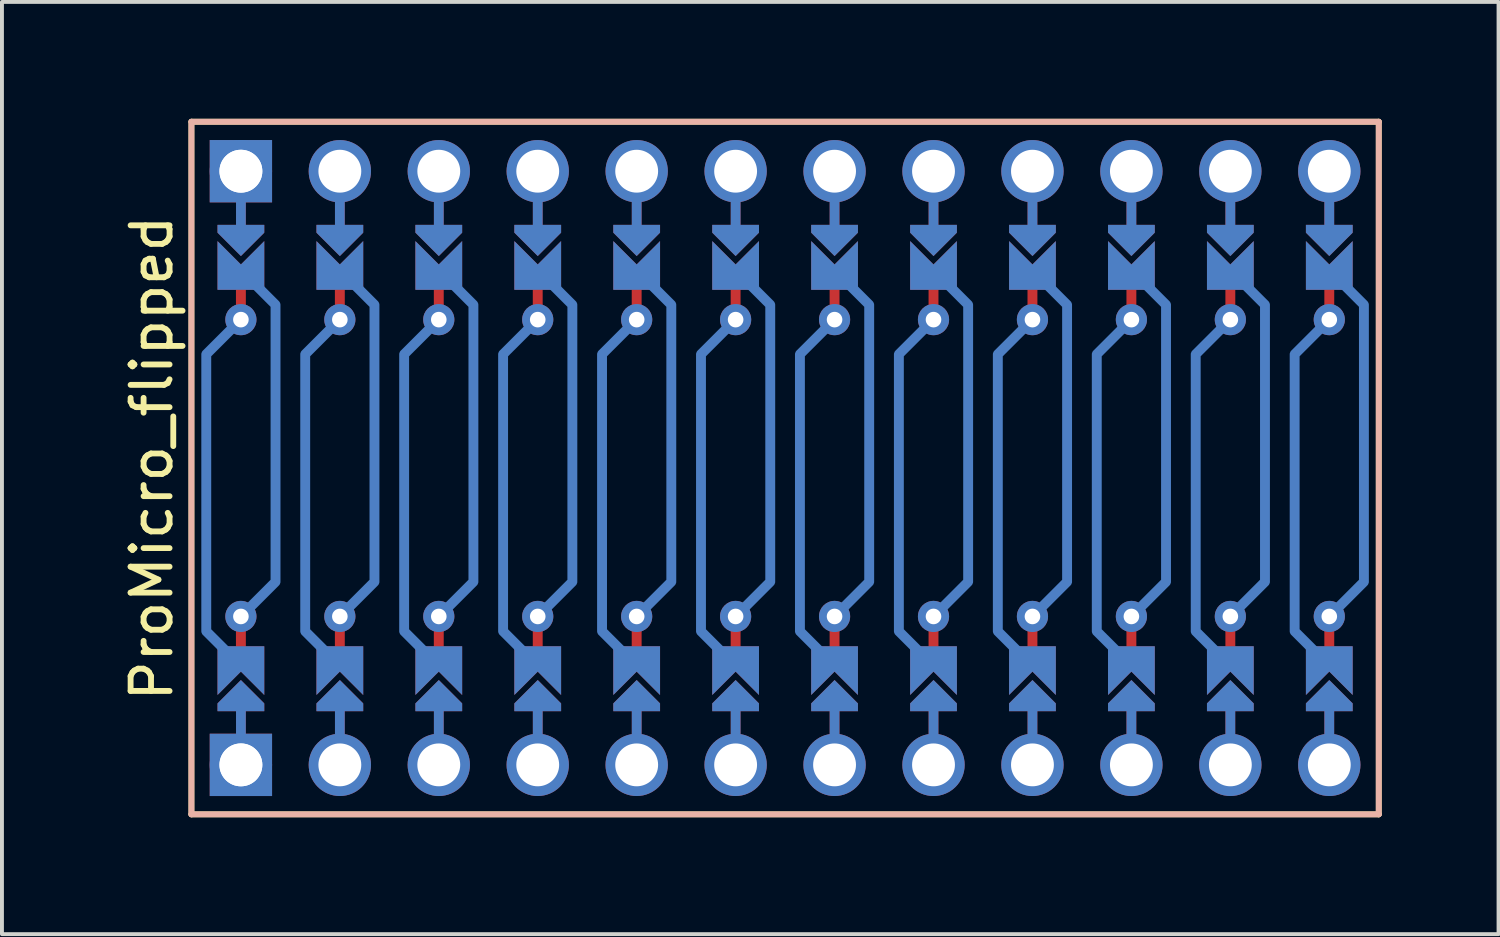
<source format=kicad_pcb>
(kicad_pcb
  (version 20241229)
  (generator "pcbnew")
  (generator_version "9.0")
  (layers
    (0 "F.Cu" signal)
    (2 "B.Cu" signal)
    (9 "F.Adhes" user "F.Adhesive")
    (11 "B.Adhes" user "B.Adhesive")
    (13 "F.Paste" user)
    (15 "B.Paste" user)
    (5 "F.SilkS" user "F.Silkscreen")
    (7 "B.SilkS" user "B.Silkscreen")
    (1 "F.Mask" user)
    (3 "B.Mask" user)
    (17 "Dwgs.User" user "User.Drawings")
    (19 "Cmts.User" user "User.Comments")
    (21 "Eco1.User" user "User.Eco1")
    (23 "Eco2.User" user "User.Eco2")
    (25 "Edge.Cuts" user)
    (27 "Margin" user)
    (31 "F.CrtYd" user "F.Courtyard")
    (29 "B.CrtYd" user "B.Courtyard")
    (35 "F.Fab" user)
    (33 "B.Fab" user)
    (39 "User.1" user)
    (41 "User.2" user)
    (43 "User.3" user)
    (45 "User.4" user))
  (footprint "ProMicro_flipped"
    (layer "F.Cu")
    (at 17.104 8.965)
    (property "Reference" "ProMicro_flipped" (at -16.256 -0.254 90) (layer "F.SilkS") (effects (font (size 1 1) (thickness 0.15))))
    (attr through_hole)
    (fp_circle (center -13.97 -3.81) (end -13.845 -3.81) (stroke (width 0.25) (type solid)) (fill no) (layer "F.Mask"))
    (fp_circle (center -13.97 3.81) (end -13.845 3.81) (stroke (width 0.25) (type solid)) (fill no) (layer "F.Mask"))
    (fp_circle (center -11.43 -3.81) (end -11.305 -3.81) (stroke (width 0.25) (type solid)) (fill no) (layer "F.Mask"))
    (fp_circle (center -11.43 3.81) (end -11.305 3.81) (stroke (width 0.25) (type solid)) (fill no) (layer "F.Mask"))
    (fp_circle (center -8.89 -3.81) (end -8.765 -3.81) (stroke (width 0.25) (type solid)) (fill no) (layer "F.Mask"))
    (fp_circle (center -8.89 3.81) (end -8.765 3.81) (stroke (width 0.25) (type solid)) (fill no) (layer "F.Mask"))
    (fp_circle (center -6.35 -3.81) (end -6.225 -3.81) (stroke (width 0.25) (type solid)) (fill no) (layer "F.Mask"))
    (fp_circle (center -6.35 3.81) (end -6.225 3.81) (stroke (width 0.25) (type solid)) (fill no) (layer "F.Mask"))
    (fp_circle (center -3.81 -3.81) (end -3.685 -3.81) (stroke (width 0.25) (type solid)) (fill no) (layer "F.Mask"))
    (fp_circle (center -3.81 3.81) (end -3.685 3.81) (stroke (width 0.25) (type solid)) (fill no) (layer "F.Mask"))
    (fp_circle (center -1.27 -3.81) (end -1.145 -3.81) (stroke (width 0.25) (type solid)) (fill no) (layer "F.Mask"))
    (fp_circle (center -1.27 3.81) (end -1.145 3.81) (stroke (width 0.25) (type solid)) (fill no) (layer "F.Mask"))
    (fp_circle (center 1.27 -3.81) (end 1.395 -3.81) (stroke (width 0.25) (type solid)) (fill no) (layer "F.Mask"))
    (fp_circle (center 1.27 3.81) (end 1.395 3.81) (stroke (width 0.25) (type solid)) (fill no) (layer "F.Mask"))
    (fp_circle (center 3.81 -3.81) (end 3.935 -3.81) (stroke (width 0.25) (type solid)) (fill no) (layer "F.Mask"))
    (fp_circle (center 3.81 3.81) (end 3.935 3.81) (stroke (width 0.25) (type solid)) (fill no) (layer "F.Mask"))
    (fp_circle (center 6.35 -3.81) (end 6.475 -3.81) (stroke (width 0.25) (type solid)) (fill no) (layer "F.Mask"))
    (fp_circle (center 6.35 3.81) (end 6.475 3.81) (stroke (width 0.25) (type solid)) (fill no) (layer "F.Mask"))
    (fp_circle (center 8.89 -3.81) (end 9.015 -3.81) (stroke (width 0.25) (type solid)) (fill no) (layer "F.Mask"))
    (fp_circle (center 8.89 3.81) (end 9.015 3.81) (stroke (width 0.25) (type solid)) (fill no) (layer "F.Mask"))
    (fp_circle (center 11.43 -3.81) (end 11.555 -3.81) (stroke (width 0.25) (type solid)) (fill no) (layer "F.Mask"))
    (fp_circle (center 11.43 3.81) (end 11.555 3.81) (stroke (width 0.25) (type solid)) (fill no) (layer "F.Mask"))
    (fp_circle (center 13.97 -3.81) (end 14.095 -3.81) (stroke (width 0.25) (type solid)) (fill no) (layer "F.Mask"))
    (fp_circle (center 13.97 3.81) (end 14.095 3.81) (stroke (width 0.25) (type solid)) (fill no) (layer "F.Mask"))
    (fp_poly (pts (xy -14.478 -5.08) (xy -13.462 -5.08) (xy -13.462 -6.096) (xy -14.478 -6.096)) (stroke (width 0.1) (type solid)) (fill yes) (layer "F.Mask"))
    (fp_poly (pts (xy -13.462 5.08) (xy -14.478 5.08) (xy -14.478 6.096) (xy -13.462 6.096)) (stroke (width 0.1) (type solid)) (fill yes) (layer "F.Mask"))
    (fp_poly (pts (xy -11.938 -5.08) (xy -10.922 -5.08) (xy -10.922 -6.096) (xy -11.938 -6.096)) (stroke (width 0.1) (type solid)) (fill yes) (layer "F.Mask"))
    (fp_poly (pts (xy -10.922 5.08) (xy -11.938 5.08) (xy -11.938 6.096) (xy -10.922 6.096)) (stroke (width 0.1) (type solid)) (fill yes) (layer "F.Mask"))
    (fp_poly (pts (xy -9.398 -5.08) (xy -8.382 -5.08) (xy -8.382 -6.096) (xy -9.398 -6.096)) (stroke (width 0.1) (type solid)) (fill yes) (layer "F.Mask"))
    (fp_poly (pts (xy -8.382 5.08) (xy -9.398 5.08) (xy -9.398 6.096) (xy -8.382 6.096)) (stroke (width 0.1) (type solid)) (fill yes) (layer "F.Mask"))
    (fp_poly (pts (xy -6.858 -5.08) (xy -5.842 -5.08) (xy -5.842 -6.096) (xy -6.858 -6.096)) (stroke (width 0.1) (type solid)) (fill yes) (layer "F.Mask"))
    (fp_poly (pts (xy -5.842 5.08) (xy -6.858 5.08) (xy -6.858 6.096) (xy -5.842 6.096)) (stroke (width 0.1) (type solid)) (fill yes) (layer "F.Mask"))
    (fp_poly (pts (xy -4.318 -5.08) (xy -3.302 -5.08) (xy -3.302 -6.096) (xy -4.318 -6.096)) (stroke (width 0.1) (type solid)) (fill yes) (layer "F.Mask"))
    (fp_poly (pts (xy -3.302 5.08) (xy -4.318 5.08) (xy -4.318 6.096) (xy -3.302 6.096)) (stroke (width 0.1) (type solid)) (fill yes) (layer "F.Mask"))
    (fp_poly (pts (xy -1.778 -5.08) (xy -0.762 -5.08) (xy -0.762 -6.096) (xy -1.778 -6.096)) (stroke (width 0.1) (type solid)) (fill yes) (layer "F.Mask"))
    (fp_poly (pts (xy -0.762 5.08) (xy -1.778 5.08) (xy -1.778 6.096) (xy -0.762 6.096)) (stroke (width 0.1) (type solid)) (fill yes) (layer "F.Mask"))
    (fp_poly (pts (xy 0.762 -5.08) (xy 1.778 -5.08) (xy 1.778 -6.096) (xy 0.762 -6.096)) (stroke (width 0.1) (type solid)) (fill yes) (layer "F.Mask"))
    (fp_poly (pts (xy 1.778 5.08) (xy 0.762 5.08) (xy 0.762 6.096) (xy 1.778 6.096)) (stroke (width 0.1) (type solid)) (fill yes) (layer "F.Mask"))
    (fp_poly (pts (xy 3.302 -5.08) (xy 4.318 -5.08) (xy 4.318 -6.096) (xy 3.302 -6.096)) (stroke (width 0.1) (type solid)) (fill yes) (layer "F.Mask"))
    (fp_poly (pts (xy 4.318 5.08) (xy 3.302 5.08) (xy 3.302 6.096) (xy 4.318 6.096)) (stroke (width 0.1) (type solid)) (fill yes) (layer "F.Mask"))
    (fp_poly (pts (xy 5.842 -5.08) (xy 6.858 -5.08) (xy 6.858 -6.096) (xy 5.842 -6.096)) (stroke (width 0.1) (type solid)) (fill yes) (layer "F.Mask"))
    (fp_poly (pts (xy 6.858 5.08) (xy 5.842 5.08) (xy 5.842 6.096) (xy 6.858 6.096)) (stroke (width 0.1) (type solid)) (fill yes) (layer "F.Mask"))
    (fp_poly (pts (xy 8.382 -5.08) (xy 9.398 -5.08) (xy 9.398 -6.096) (xy 8.382 -6.096)) (stroke (width 0.1) (type solid)) (fill yes) (layer "F.Mask"))
    (fp_poly (pts (xy 9.398 5.08) (xy 8.382 5.08) (xy 8.382 6.096) (xy 9.398 6.096)) (stroke (width 0.1) (type solid)) (fill yes) (layer "F.Mask"))
    (fp_poly (pts (xy 10.922 -5.08) (xy 11.938 -5.08) (xy 11.938 -6.096) (xy 10.922 -6.096)) (stroke (width 0.1) (type solid)) (fill yes) (layer "F.Mask"))
    (fp_poly (pts (xy 11.938 5.08) (xy 10.922 5.08) (xy 10.922 6.096) (xy 11.938 6.096)) (stroke (width 0.1) (type solid)) (fill yes) (layer "F.Mask"))
    (fp_poly (pts (xy 13.462 -5.08) (xy 14.478 -5.08) (xy 14.478 -6.096) (xy 13.462 -6.096)) (stroke (width 0.1) (type solid)) (fill yes) (layer "F.Mask"))
    (fp_poly (pts (xy 14.478 5.08) (xy 13.462 5.08) (xy 13.462 6.096) (xy 14.478 6.096)) (stroke (width 0.1) (type solid)) (fill yes) (layer "F.Mask"))
    (fp_circle (center -13.97 -3.81) (end -13.845 -3.81) (stroke (width 0.25) (type solid)) (fill no) (layer "B.Mask"))
    (fp_circle (center -13.97 3.81) (end -13.845 3.81) (stroke (width 0.25) (type solid)) (fill no) (layer "B.Mask"))
    (fp_circle (center -11.43 -3.81) (end -11.305 -3.81) (stroke (width 0.25) (type solid)) (fill no) (layer "B.Mask"))
    (fp_circle (center -11.43 3.81) (end -11.305 3.81) (stroke (width 0.25) (type solid)) (fill no) (layer "B.Mask"))
    (fp_circle (center -8.89 -3.81) (end -8.765 -3.81) (stroke (width 0.25) (type solid)) (fill no) (layer "B.Mask"))
    (fp_circle (center -8.89 3.81) (end -8.765 3.81) (stroke (width 0.25) (type solid)) (fill no) (layer "B.Mask"))
    (fp_circle (center -6.35 -3.81) (end -6.225 -3.81) (stroke (width 0.25) (type solid)) (fill no) (layer "B.Mask"))
    (fp_circle (center -6.35 3.81) (end -6.225 3.81) (stroke (width 0.25) (type solid)) (fill no) (layer "B.Mask"))
    (fp_circle (center -3.81 -3.81) (end -3.685 -3.81) (stroke (width 0.25) (type solid)) (fill no) (layer "B.Mask"))
    (fp_circle (center -3.81 3.81) (end -3.685 3.81) (stroke (width 0.25) (type solid)) (fill no) (layer "B.Mask"))
    (fp_circle (center -1.27 -3.81) (end -1.145 -3.81) (stroke (width 0.25) (type solid)) (fill no) (layer "B.Mask"))
    (fp_circle (center -1.27 3.81) (end -1.145 3.81) (stroke (width 0.25) (type solid)) (fill no) (layer "B.Mask"))
    (fp_circle (center 1.27 -3.81) (end 1.395 -3.81) (stroke (width 0.25) (type solid)) (fill no) (layer "B.Mask"))
    (fp_circle (center 1.27 3.81) (end 1.395 3.81) (stroke (width 0.25) (type solid)) (fill no) (layer "B.Mask"))
    (fp_circle (center 3.81 -3.81) (end 3.935 -3.81) (stroke (width 0.25) (type solid)) (fill no) (layer "B.Mask"))
    (fp_circle (center 3.81 3.81) (end 3.935 3.81) (stroke (width 0.25) (type solid)) (fill no) (layer "B.Mask"))
    (fp_circle (center 6.35 -3.81) (end 6.475 -3.81) (stroke (width 0.25) (type solid)) (fill no) (layer "B.Mask"))
    (fp_circle (center 6.35 3.81) (end 6.475 3.81) (stroke (width 0.25) (type solid)) (fill no) (layer "B.Mask"))
    (fp_circle (center 8.89 -3.81) (end 9.015 -3.81) (stroke (width 0.25) (type solid)) (fill no) (layer "B.Mask"))
    (fp_circle (center 8.89 3.81) (end 9.015 3.81) (stroke (width 0.25) (type solid)) (fill no) (layer "B.Mask"))
    (fp_circle (center 11.43 -3.81) (end 11.555 -3.81) (stroke (width 0.25) (type solid)) (fill no) (layer "B.Mask"))
    (fp_circle (center 11.43 3.81) (end 11.555 3.81) (stroke (width 0.25) (type solid)) (fill no) (layer "B.Mask"))
    (fp_circle (center 13.97 -3.81) (end 14.095 -3.81) (stroke (width 0.25) (type solid)) (fill no) (layer "B.Mask"))
    (fp_circle (center 13.97 3.81) (end 14.095 3.81) (stroke (width 0.25) (type solid)) (fill no) (layer "B.Mask"))
    (fp_poly (pts (xy -14.478 -5.08) (xy -13.462 -5.08) (xy -13.462 -6.096) (xy -14.478 -6.096)) (stroke (width 0.1) (type solid)) (fill yes) (layer "B.Mask"))
    (fp_poly (pts (xy -13.462 5.08) (xy -14.478 5.08) (xy -14.478 6.096) (xy -13.462 6.096)) (stroke (width 0.1) (type solid)) (fill yes) (layer "B.Mask"))
    (fp_poly (pts (xy -11.938 -5.08) (xy -10.922 -5.08) (xy -10.922 -6.096) (xy -11.938 -6.096)) (stroke (width 0.1) (type solid)) (fill yes) (layer "B.Mask"))
    (fp_poly (pts (xy -10.922 5.08) (xy -11.938 5.08) (xy -11.938 6.096) (xy -10.922 6.096)) (stroke (width 0.1) (type solid)) (fill yes) (layer "B.Mask"))
    (fp_poly (pts (xy -9.398 -5.08) (xy -8.382 -5.08) (xy -8.382 -6.096) (xy -9.398 -6.096)) (stroke (width 0.1) (type solid)) (fill yes) (layer "B.Mask"))
    (fp_poly (pts (xy -8.382 5.08) (xy -9.398 5.08) (xy -9.398 6.096) (xy -8.382 6.096)) (stroke (width 0.1) (type solid)) (fill yes) (layer "B.Mask"))
    (fp_poly (pts (xy -6.858 -5.08) (xy -5.842 -5.08) (xy -5.842 -6.096) (xy -6.858 -6.096)) (stroke (width 0.1) (type solid)) (fill yes) (layer "B.Mask"))
    (fp_poly (pts (xy -5.842 5.08) (xy -6.858 5.08) (xy -6.858 6.096) (xy -5.842 6.096)) (stroke (width 0.1) (type solid)) (fill yes) (layer "B.Mask"))
    (fp_poly (pts (xy -4.318 -5.08) (xy -3.302 -5.08) (xy -3.302 -6.096) (xy -4.318 -6.096)) (stroke (width 0.1) (type solid)) (fill yes) (layer "B.Mask"))
    (fp_poly (pts (xy -3.302 5.08) (xy -4.318 5.08) (xy -4.318 6.096) (xy -3.302 6.096)) (stroke (width 0.1) (type solid)) (fill yes) (layer "B.Mask"))
    (fp_poly (pts (xy -1.778 -5.08) (xy -0.762 -5.08) (xy -0.762 -6.096) (xy -1.778 -6.096)) (stroke (width 0.1) (type solid)) (fill yes) (layer "B.Mask"))
    (fp_poly (pts (xy -0.762 5.08) (xy -1.778 5.08) (xy -1.778 6.096) (xy -0.762 6.096)) (stroke (width 0.1) (type solid)) (fill yes) (layer "B.Mask"))
    (fp_poly (pts (xy 0.762 -5.08) (xy 1.778 -5.08) (xy 1.778 -6.096) (xy 0.762 -6.096)) (stroke (width 0.1) (type solid)) (fill yes) (layer "B.Mask"))
    (fp_poly (pts (xy 1.778 5.08) (xy 0.762 5.08) (xy 0.762 6.096) (xy 1.778 6.096)) (stroke (width 0.1) (type solid)) (fill yes) (layer "B.Mask"))
    (fp_poly (pts (xy 3.302 -5.08) (xy 4.318 -5.08) (xy 4.318 -6.096) (xy 3.302 -6.096)) (stroke (width 0.1) (type solid)) (fill yes) (layer "B.Mask"))
    (fp_poly (pts (xy 4.318 5.08) (xy 3.302 5.08) (xy 3.302 6.096) (xy 4.318 6.096)) (stroke (width 0.1) (type solid)) (fill yes) (layer "B.Mask"))
    (fp_poly (pts (xy 5.842 -5.08) (xy 6.858 -5.08) (xy 6.858 -6.096) (xy 5.842 -6.096)) (stroke (width 0.1) (type solid)) (fill yes) (layer "B.Mask"))
    (fp_poly (pts (xy 6.858 5.08) (xy 5.842 5.08) (xy 5.842 6.096) (xy 6.858 6.096)) (stroke (width 0.1) (type solid)) (fill yes) (layer "B.Mask"))
    (fp_poly (pts (xy 8.382 -5.08) (xy 9.398 -5.08) (xy 9.398 -6.096) (xy 8.382 -6.096)) (stroke (width 0.1) (type solid)) (fill yes) (layer "B.Mask"))
    (fp_poly (pts (xy 9.398 5.08) (xy 8.382 5.08) (xy 8.382 6.096) (xy 9.398 6.096)) (stroke (width 0.1) (type solid)) (fill yes) (layer "B.Mask"))
    (fp_poly (pts (xy 10.922 -5.08) (xy 11.938 -5.08) (xy 11.938 -6.096) (xy 10.922 -6.096)) (stroke (width 0.1) (type solid)) (fill yes) (layer "B.Mask"))
    (fp_poly (pts (xy 11.938 5.08) (xy 10.922 5.08) (xy 10.922 6.096) (xy 11.938 6.096)) (stroke (width 0.1) (type solid)) (fill yes) (layer "B.Mask"))
    (fp_poly (pts (xy 13.462 -5.08) (xy 14.478 -5.08) (xy 14.478 -6.096) (xy 13.462 -6.096)) (stroke (width 0.1) (type solid)) (fill yes) (layer "B.Mask"))
    (fp_poly (pts (xy 14.478 5.08) (xy 13.462 5.08) (xy 13.462 6.096) (xy 14.478 6.096)) (stroke (width 0.1) (type solid)) (fill yes) (layer "B.Mask"))
    (fp_line (start -15.24 -8.89) (end 15.24 -8.89) (stroke (width 0.15) (type solid)) (layer "F.SilkS"))
    (fp_line (start -15.24 8.89) (end -15.24 -8.89) (stroke (width 0.15) (type solid)) (layer "F.SilkS"))
    (fp_line (start -15.24 8.89) (end 15.24 8.89) (stroke (width 0.15) (type solid)) (layer "F.SilkS"))
    (fp_line (start 15.24 -8.89) (end 15.24 8.89) (stroke (width 0.15) (type solid)) (layer "F.SilkS"))
    (fp_line (start -15.24 -8.89) (end 15.24 -8.89) (stroke (width 0.15) (type solid)) (layer "B.SilkS"))
    (fp_line (start -15.24 8.89) (end -15.24 -8.89) (stroke (width 0.15) (type solid)) (layer "B.SilkS"))
    (fp_line (start -15.24 8.89) (end 15.24 8.89) (stroke (width 0.15) (type solid)) (layer "B.SilkS"))
    (fp_line (start 15.24 -8.89) (end 15.24 8.89) (stroke (width 0.15) (type solid)) (layer "B.SilkS"))
    (pad "" thru_hole circle (at -13.97 -7.62) (size 1.6 1.6) (drill 1.1) (layers "*.Cu" "*.Mask"))
    (pad "" thru_hole rect (at -13.97 -7.62) (size 1.6 1.6) (drill 1.1) (layers "F.Cu" "F.Mask"))
    (pad "" smd custom (at -13.97 -6.35 180) (size 0.25 1) (layers "F.Cu") (options (anchor rect)) (primitives))
    (pad "" smd custom (at -13.97 -6.35 180) (size 0.25 1) (layers "B.Cu") (options (anchor rect)) (primitives))
    (pad "" smd custom (at -13.97 -5.842 180) (size 0.1 0.1) (layers "F.Cu" "F.Mask") (options (anchor rect)) (primitives (gr_poly (pts (xy 0.6 0.4) (xy -0.6 0.4) (xy -0.6 0.2) (xy 0 -0.4) (xy 0.6 0.2)) (width 0) (fill yes))))
    (pad "" smd custom (at -13.97 -5.842 180) (size 0.1 0.1) (layers "B.Cu" "B.Mask") (options (anchor rect)) (primitives (gr_poly (pts (xy 0.6 0.4) (xy -0.6 0.4) (xy -0.6 0.2) (xy 0 -0.4) (xy 0.6 0.2)) (width 0) (fill yes))))
    (pad "" smd custom (at -13.97 5.842) (size 0.1 0.1) (layers "F.Cu" "F.Mask") (options (anchor rect)) (primitives (gr_poly (pts (xy 0.6 0.4) (xy -0.6 0.4) (xy -0.6 0.2) (xy 0 -0.4) (xy 0.6 0.2)) (width 0) (fill yes))))
    (pad "" smd custom (at -13.97 5.842) (size 0.1 0.1) (layers "B.Cu" "B.Mask") (options (anchor rect)) (primitives (gr_poly (pts (xy 0.6 0.4) (xy -0.6 0.4) (xy -0.6 0.2) (xy 0 -0.4) (xy 0.6 0.2)) (width 0) (fill yes))))
    (pad "" smd custom (at -13.97 6.35) (size 0.25 1) (layers "F.Cu") (options (anchor rect)) (primitives))
    (pad "" smd custom (at -13.97 6.35) (size 0.25 1) (layers "B.Cu") (options (anchor rect)) (primitives))
    (pad "" thru_hole circle (at -13.97 7.62) (size 1.6 1.6) (drill 1.1) (layers "*.Cu" "*.Mask"))
    (pad "" thru_hole rect (at -13.97 7.62) (size 1.6 1.6) (drill 1.1) (layers "B.Cu" "B.Mask"))
    (pad "" thru_hole circle (at -11.43 -7.62) (size 1.6 1.6) (drill 1.1) (layers "*.Cu" "*.Mask"))
    (pad "" smd custom (at -11.43 -6.35 180) (size 0.25 1) (layers "F.Cu") (options (anchor rect)) (primitives))
    (pad "" smd custom (at -11.43 -6.35 180) (size 0.25 1) (layers "B.Cu") (options (anchor rect)) (primitives))
    (pad "" smd custom (at -11.43 -5.842 180) (size 0.1 0.1) (layers "F.Cu" "F.Mask") (options (anchor rect)) (primitives (gr_poly (pts (xy 0.6 0.4) (xy -0.6 0.4) (xy -0.6 0.2) (xy 0 -0.4) (xy 0.6 0.2)) (width 0) (fill yes))))
    (pad "" smd custom (at -11.43 -5.842 180) (size 0.1 0.1) (layers "B.Cu" "B.Mask") (options (anchor rect)) (primitives (gr_poly (pts (xy 0.6 0.4) (xy -0.6 0.4) (xy -0.6 0.2) (xy 0 -0.4) (xy 0.6 0.2)) (width 0) (fill yes))))
    (pad "" smd custom (at -11.43 5.842) (size 0.1 0.1) (layers "F.Cu" "F.Mask") (options (anchor rect)) (primitives (gr_poly (pts (xy 0.6 0.4) (xy -0.6 0.4) (xy -0.6 0.2) (xy 0 -0.4) (xy 0.6 0.2)) (width 0) (fill yes))))
    (pad "" smd custom (at -11.43 5.842) (size 0.1 0.1) (layers "B.Cu" "B.Mask") (options (anchor rect)) (primitives (gr_poly (pts (xy 0.6 0.4) (xy -0.6 0.4) (xy -0.6 0.2) (xy 0 -0.4) (xy 0.6 0.2)) (width 0) (fill yes))))
    (pad "" smd custom (at -11.43 6.35) (size 0.25 1) (layers "F.Cu") (options (anchor rect)) (primitives))
    (pad "" smd custom (at -11.43 6.35) (size 0.25 1) (layers "B.Cu") (options (anchor rect)) (primitives))
    (pad "" thru_hole circle (at -11.43 7.62) (size 1.6 1.6) (drill 1.1) (layers "*.Cu" "*.Mask"))
    (pad "" thru_hole circle (at -8.89 -7.62) (size 1.6 1.6) (drill 1.1) (layers "*.Cu" "*.Mask"))
    (pad "" smd custom (at -8.89 -6.35 180) (size 0.25 1) (layers "F.Cu") (options (anchor rect)) (primitives))
    (pad "" smd custom (at -8.89 -6.35 180) (size 0.25 1) (layers "B.Cu") (options (anchor rect)) (primitives))
    (pad "" smd custom (at -8.89 -5.842 180) (size 0.1 0.1) (layers "F.Cu" "F.Mask") (options (anchor rect)) (primitives (gr_poly (pts (xy 0.6 0.4) (xy -0.6 0.4) (xy -0.6 0.2) (xy 0 -0.4) (xy 0.6 0.2)) (width 0) (fill yes))))
    (pad "" smd custom (at -8.89 -5.842 180) (size 0.1 0.1) (layers "B.Cu" "B.Mask") (options (anchor rect)) (primitives (gr_poly (pts (xy 0.6 0.4) (xy -0.6 0.4) (xy -0.6 0.2) (xy 0 -0.4) (xy 0.6 0.2)) (width 0) (fill yes))))
    (pad "" smd custom (at -8.89 5.842) (size 0.1 0.1) (layers "F.Cu" "F.Mask") (options (anchor rect)) (primitives (gr_poly (pts (xy 0.6 0.4) (xy -0.6 0.4) (xy -0.6 0.2) (xy 0 -0.4) (xy 0.6 0.2)) (width 0) (fill yes))))
    (pad "" smd custom (at -8.89 5.842) (size 0.1 0.1) (layers "B.Cu" "B.Mask") (options (anchor rect)) (primitives (gr_poly (pts (xy 0.6 0.4) (xy -0.6 0.4) (xy -0.6 0.2) (xy 0 -0.4) (xy 0.6 0.2)) (width 0) (fill yes))))
    (pad "" smd custom (at -8.89 6.35) (size 0.25 1) (layers "F.Cu") (options (anchor rect)) (primitives))
    (pad "" smd custom (at -8.89 6.35) (size 0.25 1) (layers "B.Cu") (options (anchor rect)) (primitives))
    (pad "" thru_hole circle (at -8.89 7.62) (size 1.6 1.6) (drill 1.1) (layers "*.Cu" "*.Mask"))
    (pad "" thru_hole circle (at -6.35 -7.62) (size 1.6 1.6) (drill 1.1) (layers "*.Cu" "*.Mask"))
    (pad "" smd custom (at -6.35 -6.35 180) (size 0.25 1) (layers "F.Cu") (options (anchor rect)) (primitives))
    (pad "" smd custom (at -6.35 -6.35 180) (size 0.25 1) (layers "B.Cu") (options (anchor rect)) (primitives))
    (pad "" smd custom (at -6.35 -5.842 180) (size 0.1 0.1) (layers "F.Cu" "F.Mask") (options (anchor rect)) (primitives (gr_poly (pts (xy 0.6 0.4) (xy -0.6 0.4) (xy -0.6 0.2) (xy 0 -0.4) (xy 0.6 0.2)) (width 0) (fill yes))))
    (pad "" smd custom (at -6.35 -5.842 180) (size 0.1 0.1) (layers "B.Cu" "B.Mask") (options (anchor rect)) (primitives (gr_poly (pts (xy 0.6 0.4) (xy -0.6 0.4) (xy -0.6 0.2) (xy 0 -0.4) (xy 0.6 0.2)) (width 0) (fill yes))))
    (pad "" smd custom (at -6.35 5.842) (size 0.1 0.1) (layers "F.Cu" "F.Mask") (options (anchor rect)) (primitives (gr_poly (pts (xy 0.6 0.4) (xy -0.6 0.4) (xy -0.6 0.2) (xy 0 -0.4) (xy 0.6 0.2)) (width 0) (fill yes))))
    (pad "" smd custom (at -6.35 5.842) (size 0.1 0.1) (layers "B.Cu" "B.Mask") (options (anchor rect)) (primitives (gr_poly (pts (xy 0.6 0.4) (xy -0.6 0.4) (xy -0.6 0.2) (xy 0 -0.4) (xy 0.6 0.2)) (width 0) (fill yes))))
    (pad "" smd custom (at -6.35 6.35) (size 0.25 1) (layers "F.Cu") (options (anchor rect)) (primitives))
    (pad "" smd custom (at -6.35 6.35) (size 0.25 1) (layers "B.Cu") (options (anchor rect)) (primitives))
    (pad "" thru_hole circle (at -6.35 7.62) (size 1.6 1.6) (drill 1.1) (layers "*.Cu" "*.Mask"))
    (pad "" thru_hole circle (at -3.81 -7.62) (size 1.6 1.6) (drill 1.1) (layers "*.Cu" "*.Mask"))
    (pad "" smd custom (at -3.81 -6.35 180) (size 0.25 1) (layers "F.Cu") (options (anchor rect)) (primitives))
    (pad "" smd custom (at -3.81 -6.35 180) (size 0.25 1) (layers "B.Cu") (options (anchor rect)) (primitives))
    (pad "" smd custom (at -3.81 -5.842 180) (size 0.1 0.1) (layers "F.Cu" "F.Mask") (options (anchor rect)) (primitives (gr_poly (pts (xy 0.6 0.4) (xy -0.6 0.4) (xy -0.6 0.2) (xy 0 -0.4) (xy 0.6 0.2)) (width 0) (fill yes))))
    (pad "" smd custom (at -3.81 -5.842 180) (size 0.1 0.1) (layers "B.Cu" "B.Mask") (options (anchor rect)) (primitives (gr_poly (pts (xy 0.6 0.4) (xy -0.6 0.4) (xy -0.6 0.2) (xy 0 -0.4) (xy 0.6 0.2)) (width 0) (fill yes))))
    (pad "" smd custom (at -3.81 5.842) (size 0.1 0.1) (layers "F.Cu" "F.Mask") (options (anchor rect)) (primitives (gr_poly (pts (xy 0.6 0.4) (xy -0.6 0.4) (xy -0.6 0.2) (xy 0 -0.4) (xy 0.6 0.2)) (width 0) (fill yes))))
    (pad "" smd custom (at -3.81 5.842) (size 0.1 0.1) (layers "B.Cu" "B.Mask") (options (anchor rect)) (primitives (gr_poly (pts (xy 0.6 0.4) (xy -0.6 0.4) (xy -0.6 0.2) (xy 0 -0.4) (xy 0.6 0.2)) (width 0) (fill yes))))
    (pad "" smd custom (at -3.81 6.35) (size 0.25 1) (layers "F.Cu") (options (anchor rect)) (primitives))
    (pad "" smd custom (at -3.81 6.35) (size 0.25 1) (layers "B.Cu") (options (anchor rect)) (primitives))
    (pad "" thru_hole circle (at -3.81 7.62) (size 1.6 1.6) (drill 1.1) (layers "*.Cu" "*.Mask"))
    (pad "" thru_hole circle (at -1.27 -7.62) (size 1.6 1.6) (drill 1.1) (layers "*.Cu" "*.Mask"))
    (pad "" smd custom (at -1.27 -6.35 180) (size 0.25 1) (layers "F.Cu") (options (anchor rect)) (primitives))
    (pad "" smd custom (at -1.27 -6.35 180) (size 0.25 1) (layers "B.Cu") (options (anchor rect)) (primitives))
    (pad "" smd custom (at -1.27 -5.842 180) (size 0.1 0.1) (layers "F.Cu" "F.Mask") (options (anchor rect)) (primitives (gr_poly (pts (xy 0.6 0.4) (xy -0.6 0.4) (xy -0.6 0.2) (xy 0 -0.4) (xy 0.6 0.2)) (width 0) (fill yes))))
    (pad "" smd custom (at -1.27 -5.842 180) (size 0.1 0.1) (layers "B.Cu" "B.Mask") (options (anchor rect)) (primitives (gr_poly (pts (xy 0.6 0.4) (xy -0.6 0.4) (xy -0.6 0.2) (xy 0 -0.4) (xy 0.6 0.2)) (width 0) (fill yes))))
    (pad "" smd custom (at -1.27 5.842) (size 0.1 0.1) (layers "F.Cu" "F.Mask") (options (anchor rect)) (primitives (gr_poly (pts (xy 0.6 0.4) (xy -0.6 0.4) (xy -0.6 0.2) (xy 0 -0.4) (xy 0.6 0.2)) (width 0) (fill yes))))
    (pad "" smd custom (at -1.27 5.842) (size 0.1 0.1) (layers "B.Cu" "B.Mask") (options (anchor rect)) (primitives (gr_poly (pts (xy 0.6 0.4) (xy -0.6 0.4) (xy -0.6 0.2) (xy 0 -0.4) (xy 0.6 0.2)) (width 0) (fill yes))))
    (pad "" smd custom (at -1.27 6.35) (size 0.25 1) (layers "F.Cu") (options (anchor rect)) (primitives))
    (pad "" smd custom (at -1.27 6.35) (size 0.25 1) (layers "B.Cu") (options (anchor rect)) (primitives))
    (pad "" thru_hole circle (at -1.27 7.62) (size 1.6 1.6) (drill 1.1) (layers "*.Cu" "*.Mask"))
    (pad "" thru_hole circle (at 1.27 -7.62) (size 1.6 1.6) (drill 1.1) (layers "*.Cu" "*.Mask"))
    (pad "" smd custom (at 1.27 -6.35 180) (size 0.25 1) (layers "F.Cu") (options (anchor rect)) (primitives))
    (pad "" smd custom (at 1.27 -6.35 180) (size 0.25 1) (layers "B.Cu") (options (anchor rect)) (primitives))
    (pad "" smd custom (at 1.27 -5.842 180) (size 0.1 0.1) (layers "F.Cu" "F.Mask") (options (anchor rect)) (primitives (gr_poly (pts (xy 0.6 0.4) (xy -0.6 0.4) (xy -0.6 0.2) (xy 0 -0.4) (xy 0.6 0.2)) (width 0) (fill yes))))
    (pad "" smd custom (at 1.27 -5.842 180) (size 0.1 0.1) (layers "B.Cu" "B.Mask") (options (anchor rect)) (primitives (gr_poly (pts (xy 0.6 0.4) (xy -0.6 0.4) (xy -0.6 0.2) (xy 0 -0.4) (xy 0.6 0.2)) (width 0) (fill yes))))
    (pad "" smd custom (at 1.27 5.842) (size 0.1 0.1) (layers "F.Cu" "F.Mask") (options (anchor rect)) (primitives (gr_poly (pts (xy 0.6 0.4) (xy -0.6 0.4) (xy -0.6 0.2) (xy 0 -0.4) (xy 0.6 0.2)) (width 0) (fill yes))))
    (pad "" smd custom (at 1.27 5.842) (size 0.1 0.1) (layers "B.Cu" "B.Mask") (options (anchor rect)) (primitives (gr_poly (pts (xy 0.6 0.4) (xy -0.6 0.4) (xy -0.6 0.2) (xy 0 -0.4) (xy 0.6 0.2)) (width 0) (fill yes))))
    (pad "" smd custom (at 1.27 6.35) (size 0.25 1) (layers "F.Cu") (options (anchor rect)) (primitives))
    (pad "" smd custom (at 1.27 6.35) (size 0.25 1) (layers "B.Cu") (options (anchor rect)) (primitives))
    (pad "" thru_hole circle (at 1.27 7.62) (size 1.6 1.6) (drill 1.1) (layers "*.Cu" "*.Mask"))
    (pad "" thru_hole circle (at 3.81 -7.62) (size 1.6 1.6) (drill 1.1) (layers "*.Cu" "*.Mask"))
    (pad "" smd custom (at 3.81 -6.35 180) (size 0.25 1) (layers "F.Cu") (options (anchor rect)) (primitives))
    (pad "" smd custom (at 3.81 -6.35 180) (size 0.25 1) (layers "B.Cu") (options (anchor rect)) (primitives))
    (pad "" smd custom (at 3.81 -5.842 180) (size 0.1 0.1) (layers "F.Cu" "F.Mask") (options (anchor rect)) (primitives (gr_poly (pts (xy 0.6 0.4) (xy -0.6 0.4) (xy -0.6 0.2) (xy 0 -0.4) (xy 0.6 0.2)) (width 0) (fill yes))))
    (pad "" smd custom (at 3.81 -5.842 180) (size 0.1 0.1) (layers "B.Cu" "B.Mask") (options (anchor rect)) (primitives (gr_poly (pts (xy 0.6 0.4) (xy -0.6 0.4) (xy -0.6 0.2) (xy 0 -0.4) (xy 0.6 0.2)) (width 0) (fill yes))))
    (pad "" smd custom (at 3.81 5.842) (size 0.1 0.1) (layers "F.Cu" "F.Mask") (options (anchor rect)) (primitives (gr_poly (pts (xy 0.6 0.4) (xy -0.6 0.4) (xy -0.6 0.2) (xy 0 -0.4) (xy 0.6 0.2)) (width 0) (fill yes))))
    (pad "" smd custom (at 3.81 5.842) (size 0.1 0.1) (layers "B.Cu" "B.Mask") (options (anchor rect)) (primitives (gr_poly (pts (xy 0.6 0.4) (xy -0.6 0.4) (xy -0.6 0.2) (xy 0 -0.4) (xy 0.6 0.2)) (width 0) (fill yes))))
    (pad "" smd custom (at 3.81 6.35) (size 0.25 1) (layers "F.Cu") (options (anchor rect)) (primitives))
    (pad "" smd custom (at 3.81 6.35) (size 0.25 1) (layers "B.Cu") (options (anchor rect)) (primitives))
    (pad "" thru_hole circle (at 3.81 7.62) (size 1.6 1.6) (drill 1.1) (layers "*.Cu" "*.Mask"))
    (pad "" thru_hole circle (at 6.35 -7.62) (size 1.6 1.6) (drill 1.1) (layers "*.Cu" "*.Mask"))
    (pad "" smd custom (at 6.35 -6.35 180) (size 0.25 1) (layers "F.Cu") (options (anchor rect)) (primitives))
    (pad "" smd custom (at 6.35 -6.35 180) (size 0.25 1) (layers "B.Cu") (options (anchor rect)) (primitives))
    (pad "" smd custom (at 6.35 -5.842 180) (size 0.1 0.1) (layers "F.Cu" "F.Mask") (options (anchor rect)) (primitives (gr_poly (pts (xy 0.6 0.4) (xy -0.6 0.4) (xy -0.6 0.2) (xy 0 -0.4) (xy 0.6 0.2)) (width 0) (fill yes))))
    (pad "" smd custom (at 6.35 -5.842 180) (size 0.1 0.1) (layers "B.Cu" "B.Mask") (options (anchor rect)) (primitives (gr_poly (pts (xy 0.6 0.4) (xy -0.6 0.4) (xy -0.6 0.2) (xy 0 -0.4) (xy 0.6 0.2)) (width 0) (fill yes))))
    (pad "" smd custom (at 6.35 5.842) (size 0.1 0.1) (layers "F.Cu" "F.Mask") (options (anchor rect)) (primitives (gr_poly (pts (xy 0.6 0.4) (xy -0.6 0.4) (xy -0.6 0.2) (xy 0 -0.4) (xy 0.6 0.2)) (width 0) (fill yes))))
    (pad "" smd custom (at 6.35 5.842) (size 0.1 0.1) (layers "B.Cu" "B.Mask") (options (anchor rect)) (primitives (gr_poly (pts (xy 0.6 0.4) (xy -0.6 0.4) (xy -0.6 0.2) (xy 0 -0.4) (xy 0.6 0.2)) (width 0) (fill yes))))
    (pad "" smd custom (at 6.35 6.35) (size 0.25 1) (layers "F.Cu") (options (anchor rect)) (primitives))
    (pad "" smd custom (at 6.35 6.35) (size 0.25 1) (layers "B.Cu") (options (anchor rect)) (primitives))
    (pad "" thru_hole circle (at 6.35 7.62) (size 1.6 1.6) (drill 1.1) (layers "*.Cu" "*.Mask"))
    (pad "" thru_hole circle (at 8.89 -7.62) (size 1.6 1.6) (drill 1.1) (layers "*.Cu" "*.Mask"))
    (pad "" smd custom (at 8.89 -6.35 180) (size 0.25 1) (layers "F.Cu") (options (anchor rect)) (primitives))
    (pad "" smd custom (at 8.89 -6.35 180) (size 0.25 1) (layers "B.Cu") (options (anchor rect)) (primitives))
    (pad "" smd custom (at 8.89 -5.842 180) (size 0.1 0.1) (layers "F.Cu" "F.Mask") (options (anchor rect)) (primitives (gr_poly (pts (xy 0.6 0.4) (xy -0.6 0.4) (xy -0.6 0.2) (xy 0 -0.4) (xy 0.6 0.2)) (width 0) (fill yes))))
    (pad "" smd custom (at 8.89 -5.842 180) (size 0.1 0.1) (layers "B.Cu" "B.Mask") (options (anchor rect)) (primitives (gr_poly (pts (xy 0.6 0.4) (xy -0.6 0.4) (xy -0.6 0.2) (xy 0 -0.4) (xy 0.6 0.2)) (width 0) (fill yes))))
    (pad "" smd custom (at 8.89 5.842) (size 0.1 0.1) (layers "F.Cu" "F.Mask") (options (anchor rect)) (primitives (gr_poly (pts (xy 0.6 0.4) (xy -0.6 0.4) (xy -0.6 0.2) (xy 0 -0.4) (xy 0.6 0.2)) (width 0) (fill yes))))
    (pad "" smd custom (at 8.89 5.842) (size 0.1 0.1) (layers "B.Cu" "B.Mask") (options (anchor rect)) (primitives (gr_poly (pts (xy 0.6 0.4) (xy -0.6 0.4) (xy -0.6 0.2) (xy 0 -0.4) (xy 0.6 0.2)) (width 0) (fill yes))))
    (pad "" smd custom (at 8.89 6.35) (size 0.25 1) (layers "F.Cu") (options (anchor rect)) (primitives))
    (pad "" smd custom (at 8.89 6.35) (size 0.25 1) (layers "B.Cu") (options (anchor rect)) (primitives))
    (pad "" thru_hole circle (at 8.89 7.62) (size 1.6 1.6) (drill 1.1) (layers "*.Cu" "*.Mask"))
    (pad "" thru_hole circle (at 11.43 -7.62) (size 1.6 1.6) (drill 1.1) (layers "*.Cu" "*.Mask"))
    (pad "" smd custom (at 11.43 -6.35 180) (size 0.25 1) (layers "F.Cu") (options (anchor rect)) (primitives))
    (pad "" smd custom (at 11.43 -6.35 180) (size 0.25 1) (layers "B.Cu") (options (anchor rect)) (primitives))
    (pad "" smd custom (at 11.43 -5.842 180) (size 0.1 0.1) (layers "F.Cu" "F.Mask") (options (anchor rect)) (primitives (gr_poly (pts (xy 0.6 0.4) (xy -0.6 0.4) (xy -0.6 0.2) (xy 0 -0.4) (xy 0.6 0.2)) (width 0) (fill yes))))
    (pad "" smd custom (at 11.43 -5.842 180) (size 0.1 0.1) (layers "B.Cu" "B.Mask") (options (anchor rect)) (primitives (gr_poly (pts (xy 0.6 0.4) (xy -0.6 0.4) (xy -0.6 0.2) (xy 0 -0.4) (xy 0.6 0.2)) (width 0) (fill yes))))
    (pad "" smd custom (at 11.43 5.842) (size 0.1 0.1) (layers "F.Cu" "F.Mask") (options (anchor rect)) (primitives (gr_poly (pts (xy 0.6 0.4) (xy -0.6 0.4) (xy -0.6 0.2) (xy 0 -0.4) (xy 0.6 0.2)) (width 0) (fill yes))))
    (pad "" smd custom (at 11.43 5.842) (size 0.1 0.1) (layers "B.Cu" "B.Mask") (options (anchor rect)) (primitives (gr_poly (pts (xy 0.6 0.4) (xy -0.6 0.4) (xy -0.6 0.2) (xy 0 -0.4) (xy 0.6 0.2)) (width 0) (fill yes))))
    (pad "" smd custom (at 11.43 6.35) (size 0.25 1) (layers "F.Cu") (options (anchor rect)) (primitives))
    (pad "" smd custom (at 11.43 6.35) (size 0.25 1) (layers "B.Cu") (options (anchor rect)) (primitives))
    (pad "" thru_hole circle (at 11.43 7.62) (size 1.6 1.6) (drill 1.1) (layers "*.Cu" "*.Mask"))
    (pad "" thru_hole circle (at 13.97 -7.62) (size 1.6 1.6) (drill 1.1) (layers "*.Cu" "*.Mask"))
    (pad "" smd custom (at 13.97 -6.35 180) (size 0.25 1) (layers "F.Cu") (options (anchor rect)) (primitives))
    (pad "" smd custom (at 13.97 -6.35 180) (size 0.25 1) (layers "B.Cu") (options (anchor rect)) (primitives))
    (pad "" smd custom (at 13.97 -5.842 180) (size 0.1 0.1) (layers "F.Cu" "F.Mask") (options (anchor rect)) (primitives (gr_poly (pts (xy 0.6 0.4) (xy -0.6 0.4) (xy -0.6 0.2) (xy 0 -0.4) (xy 0.6 0.2)) (width 0) (fill yes))))
    (pad "" smd custom (at 13.97 -5.842 180) (size 0.1 0.1) (layers "B.Cu" "B.Mask") (options (anchor rect)) (primitives (gr_poly (pts (xy 0.6 0.4) (xy -0.6 0.4) (xy -0.6 0.2) (xy 0 -0.4) (xy 0.6 0.2)) (width 0) (fill yes))))
    (pad "" smd custom (at 13.97 5.842) (size 0.1 0.1) (layers "F.Cu" "F.Mask") (options (anchor rect)) (primitives (gr_poly (pts (xy 0.6 0.4) (xy -0.6 0.4) (xy -0.6 0.2) (xy 0 -0.4) (xy 0.6 0.2)) (width 0) (fill yes))))
    (pad "" smd custom (at 13.97 5.842) (size 0.1 0.1) (layers "B.Cu" "B.Mask") (options (anchor rect)) (primitives (gr_poly (pts (xy 0.6 0.4) (xy -0.6 0.4) (xy -0.6 0.2) (xy 0 -0.4) (xy 0.6 0.2)) (width 0) (fill yes))))
    (pad "" smd custom (at 13.97 6.35) (size 0.25 1) (layers "F.Cu") (options (anchor rect)) (primitives))
    (pad "" smd custom (at 13.97 6.35) (size 0.25 1) (layers "B.Cu") (options (anchor rect)) (primitives))
    (pad "" thru_hole circle (at 13.97 7.62) (size 1.6 1.6) (drill 1.1) (layers "*.Cu" "*.Mask"))
    (pad "1" smd custom (at -13.97 -4.826 180) (size 1.2 0.5) (layers "B.Cu" "B.Mask") (options (anchor rect)) (primitives (gr_poly (pts (xy 0.6 0) (xy -0.6 0) (xy -0.6 1) (xy 0 0.4) (xy 0.6 1)) (width 0) (fill yes))))
    (pad "1" smd custom (at -13.97 -3.81) (size 0.25 0.25) (layers "B.Cu") (options (anchor circle)) (primitives (gr_line (start 0 0) (end -0.889 0.889) (width 0.254)) (gr_line (start -0.889 0.889) (end -0.889 8.001) (width 0.254)) (gr_line (start -0.889 8.001) (end 0 8.89) (width 0.254))))
    (pad "1" smd custom (at -13.97 3.81) (size 0.25 0.25) (layers "F.Cu") (options (anchor circle)) (primitives (gr_line (start 0 1.27) (end 0 0) (width 0.254))))
    (pad "1" thru_hole circle (at -13.97 3.81 180) (size 0.8 0.8) (drill 0.4) (layers "*.Cu"))
    (pad "1" smd custom (at -13.97 4.826) (size 1.2 0.5) (layers "F.Cu" "F.Mask") (options (anchor rect)) (primitives (gr_poly (pts (xy 0.6 0) (xy -0.6 0) (xy -0.6 1) (xy 0 0.4) (xy 0.6 1)) (width 0) (fill yes))))
    (pad "2" smd custom (at -11.43 -4.826 180) (size 1.2 0.5) (layers "B.Cu" "B.Mask") (options (anchor rect)) (primitives (gr_poly (pts (xy 0.6 0) (xy -0.6 0) (xy -0.6 1) (xy 0 0.4) (xy 0.6 1)) (width 0) (fill yes))))
    (pad "2" smd custom (at -11.43 -3.81) (size 0.25 0.25) (layers "B.Cu") (options (anchor circle)) (primitives (gr_line (start 0 0) (end -0.889 0.889) (width 0.254)) (gr_line (start -0.889 0.889) (end -0.889 8.001) (width 0.254)) (gr_line (start -0.889 8.001) (end 0 8.89) (width 0.254))))
    (pad "2" smd custom (at -11.43 3.81) (size 0.25 0.25) (layers "F.Cu") (options (anchor circle)) (primitives (gr_line (start 0 1.27) (end 0 0) (width 0.254))))
    (pad "2" thru_hole circle (at -11.43 3.81 180) (size 0.8 0.8) (drill 0.4) (layers "*.Cu"))
    (pad "2" smd custom (at -11.43 4.826) (size 1.2 0.5) (layers "F.Cu" "F.Mask") (options (anchor rect)) (primitives (gr_poly (pts (xy 0.6 0) (xy -0.6 0) (xy -0.6 1) (xy 0 0.4) (xy 0.6 1)) (width 0) (fill yes))))
    (pad "3" smd custom (at -8.89 -4.826 180) (size 1.2 0.5) (layers "B.Cu" "B.Mask") (options (anchor rect)) (primitives (gr_poly (pts (xy 0.6 0) (xy -0.6 0) (xy -0.6 1) (xy 0 0.4) (xy 0.6 1)) (width 0) (fill yes))))
    (pad "3" smd custom (at -8.89 -3.81) (size 0.25 0.25) (layers "B.Cu") (options (anchor circle)) (primitives (gr_line (start 0 0) (end -0.889 0.889) (width 0.254)) (gr_line (start -0.889 0.889) (end -0.889 8.001) (width 0.254)) (gr_line (start -0.889 8.001) (end 0 8.89) (width 0.254))))
    (pad "3" smd custom (at -8.89 3.81) (size 0.25 0.25) (layers "F.Cu") (options (anchor circle)) (primitives (gr_line (start 0 1.27) (end 0 0) (width 0.254))))
    (pad "3" thru_hole circle (at -8.89 3.81 180) (size 0.8 0.8) (drill 0.4) (layers "*.Cu"))
    (pad "3" smd custom (at -8.89 4.826) (size 1.2 0.5) (layers "F.Cu" "F.Mask") (options (anchor rect)) (primitives (gr_poly (pts (xy 0.6 0) (xy -0.6 0) (xy -0.6 1) (xy 0 0.4) (xy 0.6 1)) (width 0) (fill yes))))
    (pad "4" smd custom (at -6.35 -4.826 180) (size 1.2 0.5) (layers "B.Cu" "B.Mask") (options (anchor rect)) (primitives (gr_poly (pts (xy 0.6 0) (xy -0.6 0) (xy -0.6 1) (xy 0 0.4) (xy 0.6 1)) (width 0) (fill yes))))
    (pad "4" smd custom (at -6.35 -3.81) (size 0.25 0.25) (layers "B.Cu") (options (anchor circle)) (primitives (gr_line (start 0 0) (end -0.889 0.889) (width 0.254)) (gr_line (start -0.889 0.889) (end -0.889 8.001) (width 0.254)) (gr_line (start -0.889 8.001) (end 0 8.89) (width 0.254))))
    (pad "4" smd custom (at -6.35 3.81) (size 0.25 0.25) (layers "F.Cu") (options (anchor circle)) (primitives (gr_line (start 0 1.27) (end 0 0) (width 0.254))))
    (pad "4" thru_hole circle (at -6.35 3.81 180) (size 0.8 0.8) (drill 0.4) (layers "*.Cu"))
    (pad "4" smd custom (at -6.35 4.826) (size 1.2 0.5) (layers "F.Cu" "F.Mask") (options (anchor rect)) (primitives (gr_poly (pts (xy 0.6 0) (xy -0.6 0) (xy -0.6 1) (xy 0 0.4) (xy 0.6 1)) (width 0) (fill yes))))
    (pad "5" smd custom (at -3.81 -4.826 180) (size 1.2 0.5) (layers "B.Cu" "B.Mask") (options (anchor rect)) (primitives (gr_poly (pts (xy 0.6 0) (xy -0.6 0) (xy -0.6 1) (xy 0 0.4) (xy 0.6 1)) (width 0) (fill yes))))
    (pad "5" smd custom (at -3.81 -3.81) (size 0.25 0.25) (layers "B.Cu") (options (anchor circle)) (primitives (gr_line (start 0 0) (end -0.889 0.889) (width 0.254)) (gr_line (start -0.889 0.889) (end -0.889 8.001) (width 0.254)) (gr_line (start -0.889 8.001) (end 0 8.89) (width 0.254))))
    (pad "5" smd custom (at -3.81 3.81) (size 0.25 0.25) (layers "F.Cu") (options (anchor circle)) (primitives (gr_line (start 0 1.27) (end 0 0) (width 0.254))))
    (pad "5" thru_hole circle (at -3.81 3.81 180) (size 0.8 0.8) (drill 0.4) (layers "*.Cu"))
    (pad "5" smd custom (at -3.81 4.826) (size 1.2 0.5) (layers "F.Cu" "F.Mask") (options (anchor rect)) (primitives (gr_poly (pts (xy 0.6 0) (xy -0.6 0) (xy -0.6 1) (xy 0 0.4) (xy 0.6 1)) (width 0) (fill yes))))
    (pad "6" smd custom (at -1.27 -4.826 180) (size 1.2 0.5) (layers "B.Cu" "B.Mask") (options (anchor rect)) (primitives (gr_poly (pts (xy 0.6 0) (xy -0.6 0) (xy -0.6 1) (xy 0 0.4) (xy 0.6 1)) (width 0) (fill yes))))
    (pad "6" smd custom (at -1.27 -3.81) (size 0.25 0.25) (layers "B.Cu") (options (anchor circle)) (primitives (gr_line (start 0 0) (end -0.889 0.889) (width 0.254)) (gr_line (start -0.889 0.889) (end -0.889 8.001) (width 0.254)) (gr_line (start -0.889 8.001) (end 0 8.89) (width 0.254))))
    (pad "6" smd custom (at -1.27 3.81) (size 0.25 0.25) (layers "F.Cu") (options (anchor circle)) (primitives (gr_line (start 0 1.27) (end 0 0) (width 0.254))))
    (pad "6" thru_hole circle (at -1.27 3.81 180) (size 0.8 0.8) (drill 0.4) (layers "*.Cu"))
    (pad "6" smd custom (at -1.27 4.826) (size 1.2 0.5) (layers "F.Cu" "F.Mask") (options (anchor rect)) (primitives (gr_poly (pts (xy 0.6 0) (xy -0.6 0) (xy -0.6 1) (xy 0 0.4) (xy 0.6 1)) (width 0) (fill yes))))
    (pad "7" smd custom (at 1.27 -4.826 180) (size 1.2 0.5) (layers "B.Cu" "B.Mask") (options (anchor rect)) (primitives (gr_poly (pts (xy 0.6 0) (xy -0.6 0) (xy -0.6 1) (xy 0 0.4) (xy 0.6 1)) (width 0) (fill yes))))
    (pad "7" smd custom (at 1.27 -3.81) (size 0.25 0.25) (layers "B.Cu") (options (anchor circle)) (primitives (gr_line (start 0 0) (end -0.889 0.889) (width 0.254)) (gr_line (start -0.889 0.889) (end -0.889 8.001) (width 0.254)) (gr_line (start -0.889 8.001) (end 0 8.89) (width 0.254))))
    (pad "7" smd custom (at 1.27 3.81) (size 0.25 0.25) (layers "F.Cu") (options (anchor circle)) (primitives (gr_line (start 0 1.27) (end 0 0) (width 0.254))))
    (pad "7" thru_hole circle (at 1.27 3.81 180) (size 0.8 0.8) (drill 0.4) (layers "*.Cu"))
    (pad "7" smd custom (at 1.27 4.826) (size 1.2 0.5) (layers "F.Cu" "F.Mask") (options (anchor rect)) (primitives (gr_poly (pts (xy 0.6 0) (xy -0.6 0) (xy -0.6 1) (xy 0 0.4) (xy 0.6 1)) (width 0) (fill yes))))
    (pad "8" smd custom (at 3.81 -4.826 180) (size 1.2 0.5) (layers "B.Cu" "B.Mask") (options (anchor rect)) (primitives (gr_poly (pts (xy 0.6 0) (xy -0.6 0) (xy -0.6 1) (xy 0 0.4) (xy 0.6 1)) (width 0) (fill yes))))
    (pad "8" smd custom (at 3.81 -3.81) (size 0.25 0.25) (layers "B.Cu") (options (anchor circle)) (primitives (gr_line (start 0 0) (end -0.889 0.889) (width 0.254)) (gr_line (start -0.889 0.889) (end -0.889 8.001) (width 0.254)) (gr_line (start -0.889 8.001) (end 0 8.89) (width 0.254))))
    (pad "8" smd custom (at 3.81 3.81) (size 0.25 0.25) (layers "F.Cu") (options (anchor circle)) (primitives (gr_line (start 0 1.27) (end 0 0) (width 0.254))))
    (pad "8" thru_hole circle (at 3.81 3.81 180) (size 0.8 0.8) (drill 0.4) (layers "*.Cu"))
    (pad "8" smd custom (at 3.81 4.826) (size 1.2 0.5) (layers "F.Cu" "F.Mask") (options (anchor rect)) (primitives (gr_poly (pts (xy 0.6 0) (xy -0.6 0) (xy -0.6 1) (xy 0 0.4) (xy 0.6 1)) (width 0) (fill yes))))
    (pad "9" smd custom (at 6.35 -4.826 180) (size 1.2 0.5) (layers "B.Cu" "B.Mask") (options (anchor rect)) (primitives (gr_poly (pts (xy 0.6 0) (xy -0.6 0) (xy -0.6 1) (xy 0 0.4) (xy 0.6 1)) (width 0) (fill yes))))
    (pad "9" smd custom (at 6.35 -3.81) (size 0.25 0.25) (layers "B.Cu") (options (anchor circle)) (primitives (gr_line (start 0 0) (end -0.889 0.889) (width 0.254)) (gr_line (start -0.889 0.889) (end -0.889 8.001) (width 0.254)) (gr_line (start -0.889 8.001) (end 0 8.89) (width 0.254))))
    (pad "9" smd custom (at 6.35 3.81) (size 0.25 0.25) (layers "F.Cu") (options (anchor circle)) (primitives (gr_line (start 0 1.27) (end 0 0) (width 0.254))))
    (pad "9" thru_hole circle (at 6.35 3.81 180) (size 0.8 0.8) (drill 0.4) (layers "*.Cu"))
    (pad "9" smd custom (at 6.35 4.826) (size 1.2 0.5) (layers "F.Cu" "F.Mask") (options (anchor rect)) (primitives (gr_poly (pts (xy 0.6 0) (xy -0.6 0) (xy -0.6 1) (xy 0 0.4) (xy 0.6 1)) (width 0) (fill yes))))
    (pad "10" smd custom (at 8.89 -4.826 180) (size 1.2 0.5) (layers "B.Cu" "B.Mask") (options (anchor rect)) (primitives (gr_poly (pts (xy 0.6 0) (xy -0.6 0) (xy -0.6 1) (xy 0 0.4) (xy 0.6 1)) (width 0) (fill yes))))
    (pad "10" smd custom (at 8.89 -3.81) (size 0.25 0.25) (layers "B.Cu") (options (anchor circle)) (primitives (gr_line (start 0 0) (end -0.889 0.889) (width 0.254)) (gr_line (start -0.889 0.889) (end -0.889 8.001) (width 0.254)) (gr_line (start -0.889 8.001) (end 0 8.89) (width 0.254))))
    (pad "10" smd custom (at 8.89 3.81) (size 0.25 0.25) (layers "F.Cu") (options (anchor circle)) (primitives (gr_line (start 0 1.27) (end 0 0) (width 0.254))))
    (pad "10" thru_hole circle (at 8.89 3.81 180) (size 0.8 0.8) (drill 0.4) (layers "*.Cu"))
    (pad "10" smd custom (at 8.89 4.826) (size 1.2 0.5) (layers "F.Cu" "F.Mask") (options (anchor rect)) (primitives (gr_poly (pts (xy 0.6 0) (xy -0.6 0) (xy -0.6 1) (xy 0 0.4) (xy 0.6 1)) (width 0) (fill yes))))
    (pad "11" smd custom (at 11.43 -4.826 180) (size 1.2 0.5) (layers "B.Cu" "B.Mask") (options (anchor rect)) (primitives (gr_poly (pts (xy 0.6 0) (xy -0.6 0) (xy -0.6 1) (xy 0 0.4) (xy 0.6 1)) (width 0) (fill yes))))
    (pad "11" smd custom (at 11.43 -3.81) (size 0.25 0.25) (layers "B.Cu") (options (anchor circle)) (primitives (gr_line (start 0 0) (end -0.889 0.889) (width 0.254)) (gr_line (start -0.889 0.889) (end -0.889 8.001) (width 0.254)) (gr_line (start -0.889 8.001) (end 0 8.89) (width 0.254))))
    (pad "11" smd custom (at 11.43 3.81) (size 0.25 0.25) (layers "F.Cu") (options (anchor circle)) (primitives (gr_line (start 0 1.27) (end 0 0) (width 0.254))))
    (pad "11" thru_hole circle (at 11.43 3.81 180) (size 0.8 0.8) (drill 0.4) (layers "*.Cu"))
    (pad "11" smd custom (at 11.43 4.826) (size 1.2 0.5) (layers "F.Cu" "F.Mask") (options (anchor rect)) (primitives (gr_poly (pts (xy 0.6 0) (xy -0.6 0) (xy -0.6 1) (xy 0 0.4) (xy 0.6 1)) (width 0) (fill yes))))
    (pad "12" smd custom (at 13.97 -4.826 180) (size 1.2 0.5) (layers "B.Cu" "B.Mask") (options (anchor rect)) (primitives (gr_poly (pts (xy 0.6 0) (xy -0.6 0) (xy -0.6 1) (xy 0 0.4) (xy 0.6 1)) (width 0) (fill yes))))
    (pad "12" smd custom (at 13.97 -3.81) (size 0.25 0.25) (layers "B.Cu") (options (anchor circle)) (primitives (gr_line (start 0 0) (end -0.889 0.889) (width 0.254)) (gr_line (start -0.889 0.889) (end -0.889 8.001) (width 0.254)) (gr_line (start -0.889 8.001) (end 0 8.89) (width 0.254))))
    (pad "12" smd custom (at 13.97 3.81) (size 0.25 0.25) (layers "F.Cu") (options (anchor circle)) (primitives (gr_line (start 0 1.27) (end 0 0) (width 0.254))))
    (pad "12" thru_hole circle (at 13.97 3.81 180) (size 0.8 0.8) (drill 0.4) (layers "*.Cu"))
    (pad "12" smd custom (at 13.97 4.826) (size 1.2 0.5) (layers "F.Cu" "F.Mask") (options (anchor rect)) (primitives (gr_poly (pts (xy 0.6 0) (xy -0.6 0) (xy -0.6 1) (xy 0 0.4) (xy 0.6 1)) (width 0) (fill yes))))
    (pad "13" smd custom (at 13.97 -4.826 180) (size 1.2 0.5) (layers "F.Cu" "F.Mask") (options (anchor rect)) (primitives (gr_poly (pts (xy 0.6 0) (xy -0.6 0) (xy -0.6 1) (xy 0 0.4) (xy 0.6 1)) (width 0) (fill yes))))
    (pad "13" smd custom (at 13.97 -3.81 180) (size 0.25 0.25) (layers "F.Cu") (options (anchor circle)) (primitives (gr_line (start 0 1.27) (end 0 0) (width 0.254))))
    (pad "13" thru_hole circle (at 13.97 -3.81 180) (size 0.8 0.8) (drill 0.4) (layers "*.Cu"))
    (pad "13" smd custom (at 13.97 3.81 180) (size 0.25 0.25) (layers "B.Cu") (options (anchor circle)) (primitives (gr_line (start 0 0) (end -0.889 0.889) (width 0.254)) (gr_line (start -0.889 0.889) (end -0.889 8.001) (width 0.254)) (gr_line (start -0.889 8.001) (end 0 8.89) (width 0.254))))
    (pad "13" smd custom (at 13.97 4.826) (size 1.2 0.5) (layers "B.Cu" "B.Mask") (options (anchor rect)) (primitives (gr_poly (pts (xy 0.6 0) (xy -0.6 0) (xy -0.6 1) (xy 0 0.4) (xy 0.6 1)) (width 0) (fill yes))))
    (pad "14" smd custom (at 11.43 -4.826 180) (size 1.2 0.5) (layers "F.Cu" "F.Mask") (options (anchor rect)) (primitives (gr_poly (pts (xy 0.6 0) (xy -0.6 0) (xy -0.6 1) (xy 0 0.4) (xy 0.6 1)) (width 0) (fill yes))))
    (pad "14" smd custom (at 11.43 -3.81 180) (size 0.25 0.25) (layers "F.Cu") (options (anchor circle)) (primitives (gr_line (start 0 1.27) (end 0 0) (width 0.254))))
    (pad "14" thru_hole circle (at 11.43 -3.81 180) (size 0.8 0.8) (drill 0.4) (layers "*.Cu"))
    (pad "14" smd custom (at 11.43 3.81 180) (size 0.25 0.25) (layers "B.Cu") (options (anchor circle)) (primitives (gr_line (start 0 0) (end -0.889 0.889) (width 0.254)) (gr_line (start -0.889 0.889) (end -0.889 8.001) (width 0.254)) (gr_line (start -0.889 8.001) (end 0 8.89) (width 0.254))))
    (pad "14" smd custom (at 11.43 4.826) (size 1.2 0.5) (layers "B.Cu" "B.Mask") (options (anchor rect)) (primitives (gr_poly (pts (xy 0.6 0) (xy -0.6 0) (xy -0.6 1) (xy 0 0.4) (xy 0.6 1)) (width 0) (fill yes))))
    (pad "15" smd custom (at 8.89 -4.826 180) (size 1.2 0.5) (layers "F.Cu" "F.Mask") (options (anchor rect)) (primitives (gr_poly (pts (xy 0.6 0) (xy -0.6 0) (xy -0.6 1) (xy 0 0.4) (xy 0.6 1)) (width 0) (fill yes))))
    (pad "15" smd custom (at 8.89 -3.81 180) (size 0.25 0.25) (layers "F.Cu") (options (anchor circle)) (primitives (gr_line (start 0 1.27) (end 0 0) (width 0.254))))
    (pad "15" thru_hole circle (at 8.89 -3.81 180) (size 0.8 0.8) (drill 0.4) (layers "*.Cu"))
    (pad "15" smd custom (at 8.89 3.81 180) (size 0.25 0.25) (layers "B.Cu") (options (anchor circle)) (primitives (gr_line (start 0 0) (end -0.889 0.889) (width 0.254)) (gr_line (start -0.889 0.889) (end -0.889 8.001) (width 0.254)) (gr_line (start -0.889 8.001) (end 0 8.89) (width 0.254))))
    (pad "15" smd custom (at 8.89 4.826) (size 1.2 0.5) (layers "B.Cu" "B.Mask") (options (anchor rect)) (primitives (gr_poly (pts (xy 0.6 0) (xy -0.6 0) (xy -0.6 1) (xy 0 0.4) (xy 0.6 1)) (width 0) (fill yes))))
    (pad "16" smd custom (at 6.35 -4.826 180) (size 1.2 0.5) (layers "F.Cu" "F.Mask") (options (anchor rect)) (primitives (gr_poly (pts (xy 0.6 0) (xy -0.6 0) (xy -0.6 1) (xy 0 0.4) (xy 0.6 1)) (width 0) (fill yes))))
    (pad "16" smd custom (at 6.35 -3.81 180) (size 0.25 0.25) (layers "F.Cu") (options (anchor circle)) (primitives (gr_line (start 0 1.27) (end 0 0) (width 0.254))))
    (pad "16" thru_hole circle (at 6.35 -3.81 180) (size 0.8 0.8) (drill 0.4) (layers "*.Cu"))
    (pad "16" smd custom (at 6.35 3.81 180) (size 0.25 0.25) (layers "B.Cu") (options (anchor circle)) (primitives (gr_line (start 0 0) (end -0.889 0.889) (width 0.254)) (gr_line (start -0.889 0.889) (end -0.889 8.001) (width 0.254)) (gr_line (start -0.889 8.001) (end 0 8.89) (width 0.254))))
    (pad "16" smd custom (at 6.35 4.826) (size 1.2 0.5) (layers "B.Cu" "B.Mask") (options (anchor rect)) (primitives (gr_poly (pts (xy 0.6 0) (xy -0.6 0) (xy -0.6 1) (xy 0 0.4) (xy 0.6 1)) (width 0) (fill yes))))
    (pad "17" smd custom (at 3.81 -4.826 180) (size 1.2 0.5) (layers "F.Cu" "F.Mask") (options (anchor rect)) (primitives (gr_poly (pts (xy 0.6 0) (xy -0.6 0) (xy -0.6 1) (xy 0 0.4) (xy 0.6 1)) (width 0) (fill yes))))
    (pad "17" smd custom (at 3.81 -3.81 180) (size 0.25 0.25) (layers "F.Cu") (options (anchor circle)) (primitives (gr_line (start 0 1.27) (end 0 0) (width 0.254))))
    (pad "17" thru_hole circle (at 3.81 -3.81 180) (size 0.8 0.8) (drill 0.4) (layers "*.Cu"))
    (pad "17" smd custom (at 3.81 3.81 180) (size 0.25 0.25) (layers "B.Cu") (options (anchor circle)) (primitives (gr_line (start 0 0) (end -0.889 0.889) (width 0.254)) (gr_line (start -0.889 0.889) (end -0.889 8.001) (width 0.254)) (gr_line (start -0.889 8.001) (end 0 8.89) (width 0.254))))
    (pad "17" smd custom (at 3.81 4.826) (size 1.2 0.5) (layers "B.Cu" "B.Mask") (options (anchor rect)) (primitives (gr_poly (pts (xy 0.6 0) (xy -0.6 0) (xy -0.6 1) (xy 0 0.4) (xy 0.6 1)) (width 0) (fill yes))))
    (pad "18" smd custom (at 1.27 -4.826 180) (size 1.2 0.5) (layers "F.Cu" "F.Mask") (options (anchor rect)) (primitives (gr_poly (pts (xy 0.6 0) (xy -0.6 0) (xy -0.6 1) (xy 0 0.4) (xy 0.6 1)) (width 0) (fill yes))))
    (pad "18" smd custom (at 1.27 -3.81 180) (size 0.25 0.25) (layers "F.Cu") (options (anchor circle)) (primitives (gr_line (start 0 1.27) (end 0 0) (width 0.254))))
    (pad "18" thru_hole circle (at 1.27 -3.81 180) (size 0.8 0.8) (drill 0.4) (layers "*.Cu"))
    (pad "18" smd custom (at 1.27 3.81 180) (size 0.25 0.25) (layers "B.Cu") (options (anchor circle)) (primitives (gr_line (start 0 0) (end -0.889 0.889) (width 0.254)) (gr_line (start -0.889 0.889) (end -0.889 8.001) (width 0.254)) (gr_line (start -0.889 8.001) (end 0 8.89) (width 0.254))))
    (pad "18" smd custom (at 1.27 4.826) (size 1.2 0.5) (layers "B.Cu" "B.Mask") (options (anchor rect)) (primitives (gr_poly (pts (xy 0.6 0) (xy -0.6 0) (xy -0.6 1) (xy 0 0.4) (xy 0.6 1)) (width 0) (fill yes))))
    (pad "19" smd custom (at -1.27 -4.826 180) (size 1.2 0.5) (layers "F.Cu" "F.Mask") (options (anchor rect)) (primitives (gr_poly (pts (xy 0.6 0) (xy -0.6 0) (xy -0.6 1) (xy 0 0.4) (xy 0.6 1)) (width 0) (fill yes))))
    (pad "19" smd custom (at -1.27 -3.81 180) (size 0.25 0.25) (layers "F.Cu") (options (anchor circle)) (primitives (gr_line (start 0 1.27) (end 0 0) (width 0.254))))
    (pad "19" thru_hole circle (at -1.27 -3.81 180) (size 0.8 0.8) (drill 0.4) (layers "*.Cu"))
    (pad "19" smd custom (at -1.27 3.81 180) (size 0.25 0.25) (layers "B.Cu") (options (anchor circle)) (primitives (gr_line (start 0 0) (end -0.889 0.889) (width 0.254)) (gr_line (start -0.889 0.889) (end -0.889 8.001) (width 0.254)) (gr_line (start -0.889 8.001) (end 0 8.89) (width 0.254))))
    (pad "19" smd custom (at -1.27 4.826) (size 1.2 0.5) (layers "B.Cu" "B.Mask") (options (anchor rect)) (primitives (gr_poly (pts (xy 0.6 0) (xy -0.6 0) (xy -0.6 1) (xy 0 0.4) (xy 0.6 1)) (width 0) (fill yes))))
    (pad "20" smd custom (at -3.81 -4.826 180) (size 1.2 0.5) (layers "F.Cu" "F.Mask") (options (anchor rect)) (primitives (gr_poly (pts (xy 0.6 0) (xy -0.6 0) (xy -0.6 1) (xy 0 0.4) (xy 0.6 1)) (width 0) (fill yes))))
    (pad "20" smd custom (at -3.81 -3.81 180) (size 0.25 0.25) (layers "F.Cu") (options (anchor circle)) (primitives (gr_line (start 0 1.27) (end 0 0) (width 0.254))))
    (pad "20" thru_hole circle (at -3.81 -3.81 180) (size 0.8 0.8) (drill 0.4) (layers "*.Cu"))
    (pad "20" smd custom (at -3.81 3.81 180) (size 0.25 0.25) (layers "B.Cu") (options (anchor circle)) (primitives (gr_line (start 0 0) (end -0.889 0.889) (width 0.254)) (gr_line (start -0.889 0.889) (end -0.889 8.001) (width 0.254)) (gr_line (start -0.889 8.001) (end 0 8.89) (width 0.254))))
    (pad "20" smd custom (at -3.81 4.826) (size 1.2 0.5) (layers "B.Cu" "B.Mask") (options (anchor rect)) (primitives (gr_poly (pts (xy 0.6 0) (xy -0.6 0) (xy -0.6 1) (xy 0 0.4) (xy 0.6 1)) (width 0) (fill yes))))
    (pad "21" smd custom (at -6.35 -4.826 180) (size 1.2 0.5) (layers "F.Cu" "F.Mask") (options (anchor rect)) (primitives (gr_poly (pts (xy 0.6 0) (xy -0.6 0) (xy -0.6 1) (xy 0 0.4) (xy 0.6 1)) (width 0) (fill yes))))
    (pad "21" smd custom (at -6.35 -3.81 180) (size 0.25 0.25) (layers "F.Cu") (options (anchor circle)) (primitives (gr_line (start 0 1.27) (end 0 0) (width 0.254))))
    (pad "21" thru_hole circle (at -6.35 -3.81 180) (size 0.8 0.8) (drill 0.4) (layers "*.Cu"))
    (pad "21" smd custom (at -6.35 3.81 180) (size 0.25 0.25) (layers "B.Cu") (options (anchor circle)) (primitives (gr_line (start 0 0) (end -0.889 0.889) (width 0.254)) (gr_line (start -0.889 0.889) (end -0.889 8.001) (width 0.254)) (gr_line (start -0.889 8.001) (end 0 8.89) (width 0.254))))
    (pad "21" smd custom (at -6.35 4.826) (size 1.2 0.5) (layers "B.Cu" "B.Mask") (options (anchor rect)) (primitives (gr_poly (pts (xy 0.6 0) (xy -0.6 0) (xy -0.6 1) (xy 0 0.4) (xy 0.6 1)) (width 0) (fill yes))))
    (pad "22" smd custom (at -8.89 -4.826 180) (size 1.2 0.5) (layers "F.Cu" "F.Mask") (options (anchor rect)) (primitives (gr_poly (pts (xy 0.6 0) (xy -0.6 0) (xy -0.6 1) (xy 0 0.4) (xy 0.6 1)) (width 0) (fill yes))))
    (pad "22" smd custom (at -8.89 -3.81 180) (size 0.25 0.25) (layers "F.Cu") (options (anchor circle)) (primitives (gr_line (start 0 1.27) (end 0 0) (width 0.254))))
    (pad "22" thru_hole circle (at -8.89 -3.81 180) (size 0.8 0.8) (drill 0.4) (layers "*.Cu"))
    (pad "22" smd custom (at -8.89 3.81 180) (size 0.25 0.25) (layers "B.Cu") (options (anchor circle)) (primitives (gr_line (start 0 0) (end -0.889 0.889) (width 0.254)) (gr_line (start -0.889 0.889) (end -0.889 8.001) (width 0.254)) (gr_line (start -0.889 8.001) (end 0 8.89) (width 0.254))))
    (pad "22" smd custom (at -8.89 4.826) (size 1.2 0.5) (layers "B.Cu" "B.Mask") (options (anchor rect)) (primitives (gr_poly (pts (xy 0.6 0) (xy -0.6 0) (xy -0.6 1) (xy 0 0.4) (xy 0.6 1)) (width 0) (fill yes))))
    (pad "23" smd custom (at -11.43 -4.826 180) (size 1.2 0.5) (layers "F.Cu" "F.Mask") (options (anchor rect)) (primitives (gr_poly (pts (xy 0.6 0) (xy -0.6 0) (xy -0.6 1) (xy 0 0.4) (xy 0.6 1)) (width 0) (fill yes))))
    (pad "23" smd custom (at -11.43 -3.81 180) (size 0.25 0.25) (layers "F.Cu") (options (anchor circle)) (primitives (gr_line (start 0 1.27) (end 0 0) (width 0.254))))
    (pad "23" thru_hole circle (at -11.43 -3.81 180) (size 0.8 0.8) (drill 0.4) (layers "*.Cu"))
    (pad "23" smd custom (at -11.43 3.81 180) (size 0.25 0.25) (layers "B.Cu") (options (anchor circle)) (primitives (gr_line (start 0 0) (end -0.889 0.889) (width 0.254)) (gr_line (start -0.889 0.889) (end -0.889 8.001) (width 0.254)) (gr_line (start -0.889 8.001) (end 0 8.89) (width 0.254))))
    (pad "23" smd custom (at -11.43 4.826) (size 1.2 0.5) (layers "B.Cu" "B.Mask") (options (anchor rect)) (primitives (gr_poly (pts (xy 0.6 0) (xy -0.6 0) (xy -0.6 1) (xy 0 0.4) (xy 0.6 1)) (width 0) (fill yes))))
    (pad "24" smd custom (at -13.97 -4.826 180) (size 1.2 0.5) (layers "F.Cu" "F.Mask") (options (anchor rect)) (primitives (gr_poly (pts (xy 0.6 0) (xy -0.6 0) (xy -0.6 1) (xy 0 0.4) (xy 0.6 1)) (width 0) (fill yes))))
    (pad "24" smd custom (at -13.97 -3.81 180) (size 0.25 0.25) (layers "F.Cu") (options (anchor circle)) (primitives (gr_line (start 0 1.27) (end 0 0) (width 0.254))))
    (pad "24" thru_hole circle (at -13.97 -3.81 180) (size 0.8 0.8) (drill 0.4) (layers "*.Cu"))
    (pad "24" smd custom (at -13.97 3.81 180) (size 0.25 0.25) (layers "B.Cu") (options (anchor circle)) (primitives (gr_line (start 0 0) (end -0.889 0.889) (width 0.254)) (gr_line (start -0.889 0.889) (end -0.889 8.001) (width 0.254)) (gr_line (start -0.889 8.001) (end 0 8.89) (width 0.254))))
    (pad "24" smd custom (at -13.97 4.826) (size 1.2 0.5) (layers "B.Cu" "B.Mask") (options (anchor rect)) (primitives (gr_poly (pts (xy 0.6 0) (xy -0.6 0) (xy -0.6 1) (xy 0 0.4) (xy 0.6 1)) (width 0) (fill yes)))))
  (gr_rect
    (start -3 -3)
    (end 35.419 20.93)
    (stroke (width 0.1) (type default))
    (fill no)
    (layer "Edge.Cuts")))
</source>
